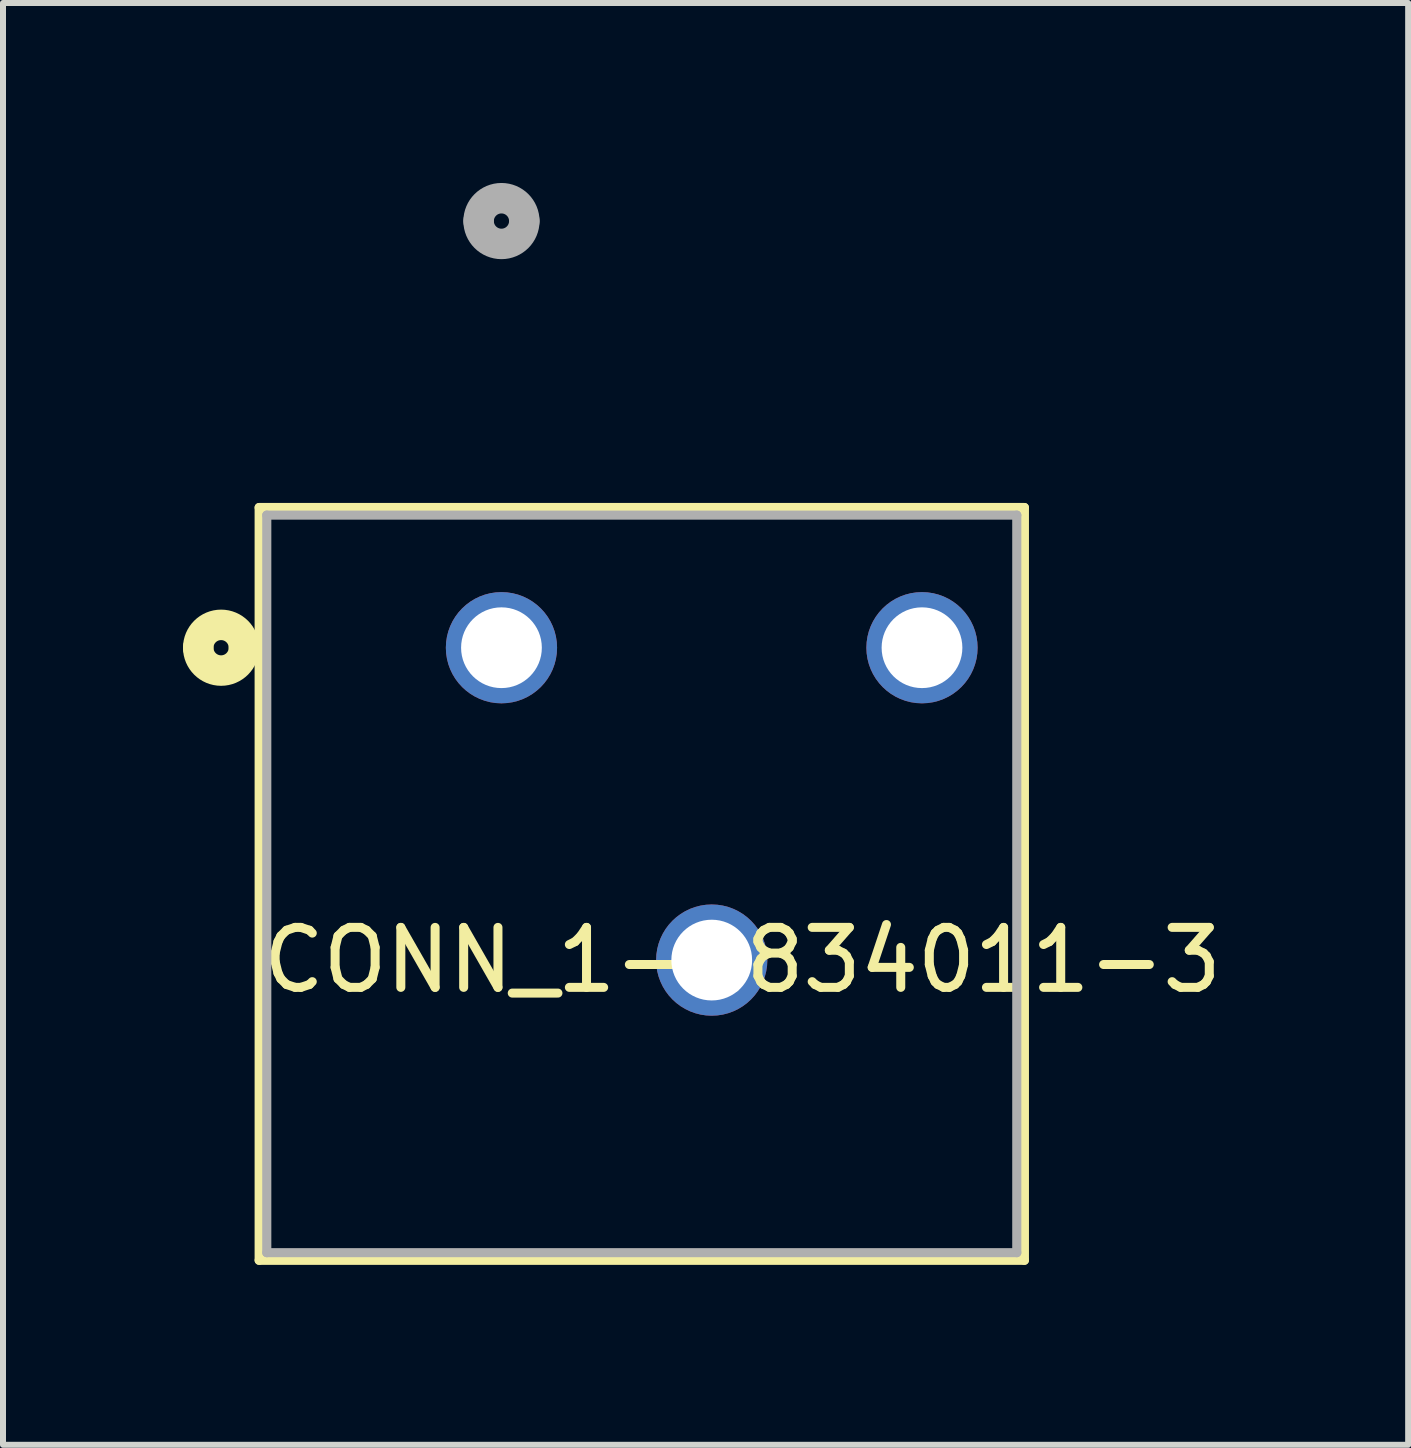
<source format=kicad_pcb>
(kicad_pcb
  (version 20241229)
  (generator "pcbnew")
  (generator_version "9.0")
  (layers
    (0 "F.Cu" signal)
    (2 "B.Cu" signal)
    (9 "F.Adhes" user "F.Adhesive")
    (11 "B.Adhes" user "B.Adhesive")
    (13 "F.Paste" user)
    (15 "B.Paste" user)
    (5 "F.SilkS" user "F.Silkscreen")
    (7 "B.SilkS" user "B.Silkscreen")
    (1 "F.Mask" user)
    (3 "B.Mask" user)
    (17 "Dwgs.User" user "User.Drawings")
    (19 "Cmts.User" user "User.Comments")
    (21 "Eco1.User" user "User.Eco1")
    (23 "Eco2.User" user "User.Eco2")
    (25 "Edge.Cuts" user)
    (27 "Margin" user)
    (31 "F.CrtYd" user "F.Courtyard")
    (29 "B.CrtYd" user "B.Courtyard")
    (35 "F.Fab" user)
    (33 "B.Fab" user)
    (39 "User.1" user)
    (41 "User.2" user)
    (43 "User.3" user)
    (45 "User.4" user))
  (footprint "CONN_1-2834011-3"
    (layer "F.Cu")
    (at 5.309 7.747)
    (property "Reference" "CONN_1-2834011-3" (at 4.013 5.207 0) (layer "F.SilkS") (effects (font (size 1 1) (thickness 0.15))))
    (attr through_hole)
    (fp_line (start -4.039 -2.337) (end -4.039 10.211) (stroke (width 0.152) (type solid)) (layer "F.SilkS"))
    (fp_line (start -4.039 10.211) (end 8.717 10.211) (stroke (width 0.152) (type solid)) (layer "F.SilkS"))
    (fp_line (start 8.717 -2.337) (end -4.039 -2.337) (stroke (width 0.152) (type solid)) (layer "F.SilkS"))
    (fp_line (start 8.717 10.211) (end 8.717 -2.337) (stroke (width 0.152) (type solid)) (layer "F.SilkS"))
    (fp_arc (start -5.0546 0) (mid -4.6736 -0.381) (end -4.2926 0) (stroke (width 0.508) (type solid)) (layer "F.SilkS"))
    (fp_arc (start -4.2926 0) (mid -4.6736 0.381) (end -5.0546 0) (stroke (width 0.508) (type solid)) (layer "F.SilkS"))
    (fp_line (start -3.912 -2.21) (end -3.912 10.084) (stroke (width 0.152) (type solid)) (layer "F.Fab"))
    (fp_line (start -3.912 10.084) (end 8.59 10.084) (stroke (width 0.152) (type solid)) (layer "F.Fab"))
    (fp_line (start 8.59 -2.21) (end -3.912 -2.21) (stroke (width 0.152) (type solid)) (layer "F.Fab"))
    (fp_line (start 8.59 10.084) (end 8.59 -2.21) (stroke (width 0.152) (type solid)) (layer "F.Fab"))
    (fp_arc (start -0.381 -7.112) (mid 0 -7.493) (end 0.381 -7.112) (stroke (width 0.508) (type solid)) (layer "F.Fab"))
    (fp_arc (start 0.381 -7.112) (mid 0 -6.731) (end -0.381 -7.112) (stroke (width 0.508) (type solid)) (layer "F.Fab"))
    (pad "1" thru_hole circle (at 0 0) (size 1.854 1.854) (drill 1.346) (layers "*.Cu" "*.Mask"))
    (pad "2" thru_hole circle (at 3.505 5.207) (size 1.854 1.854) (drill 1.346) (layers "*.Cu" "*.Mask"))
    (pad "3" thru_hole circle (at 7.01 0) (size 1.854 1.854) (drill 1.346) (layers "*.Cu" "*.Mask")))
  (gr_rect
    (start -3 -3)
    (end 20.423 21.034)
    (stroke (width 0.1) (type default))
    (fill no)
    (layer "Edge.Cuts")))
</source>
